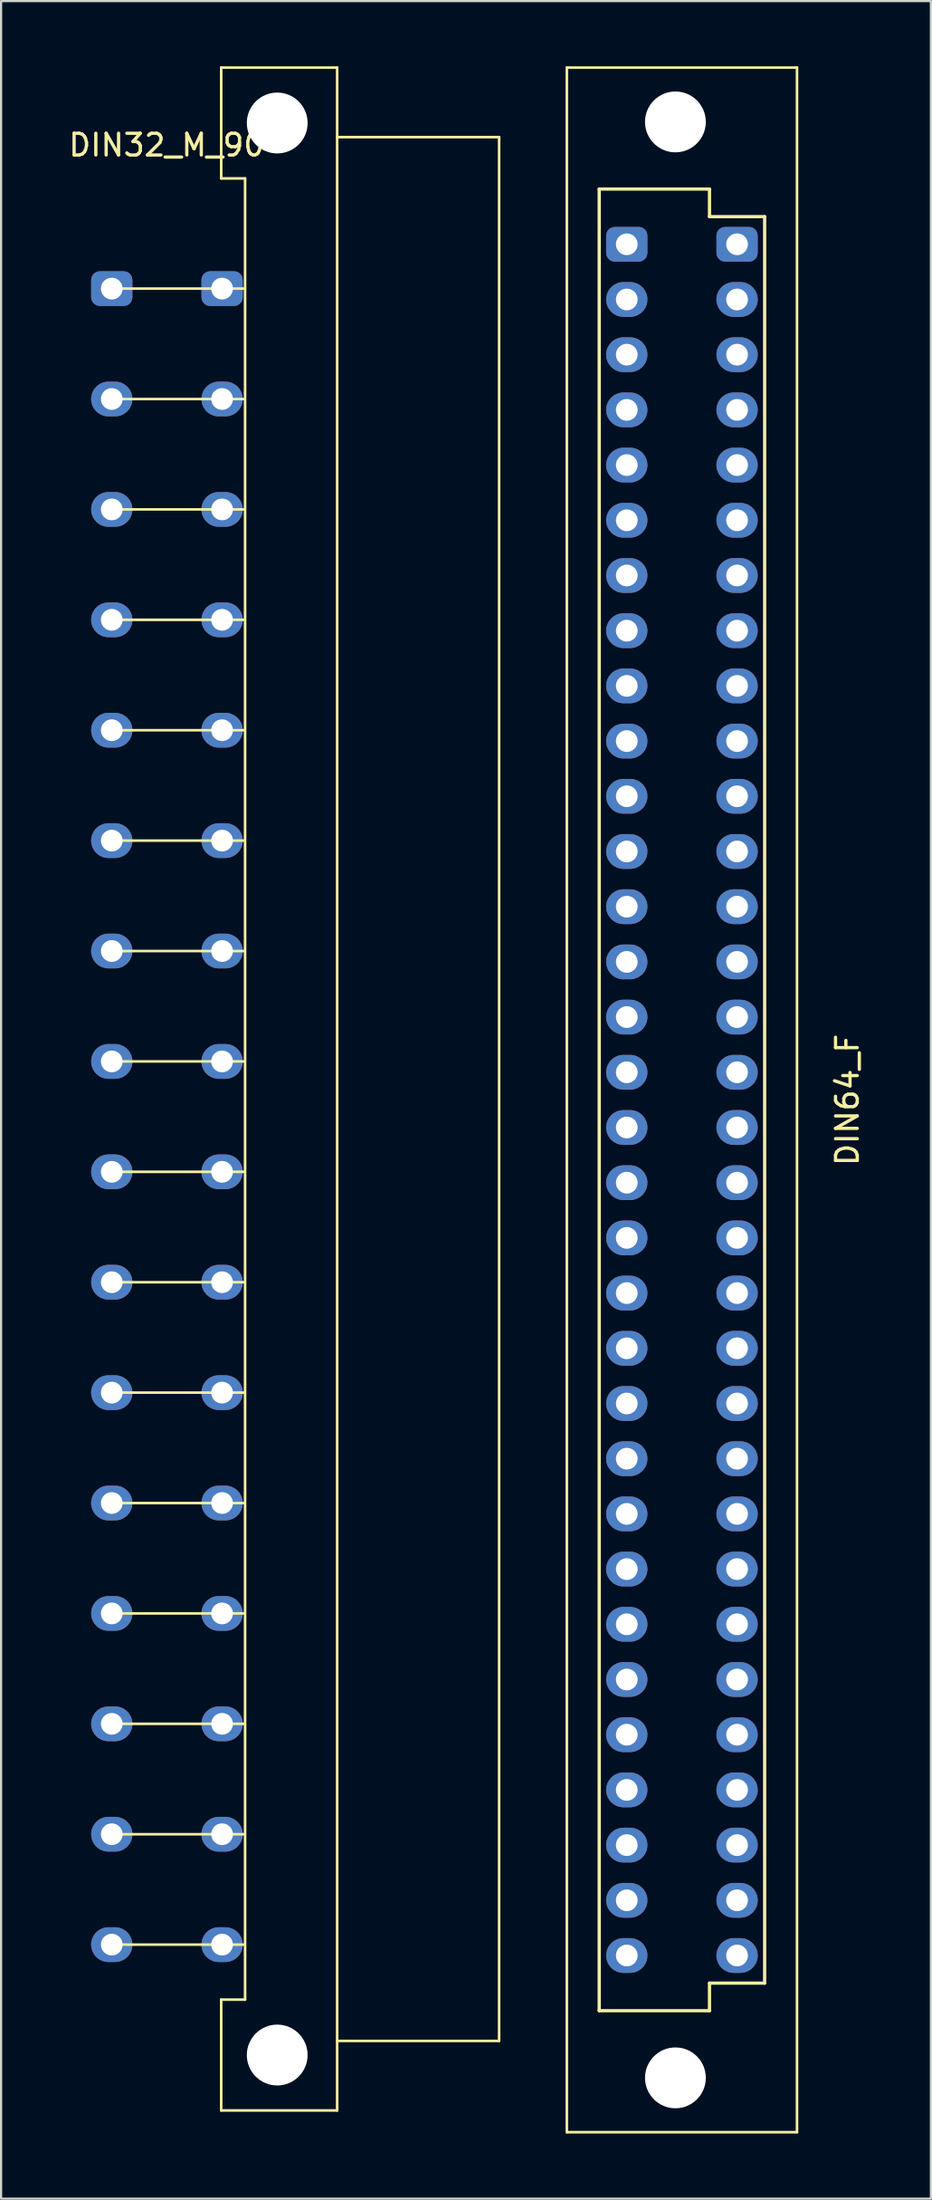
<source format=kicad_pcb>
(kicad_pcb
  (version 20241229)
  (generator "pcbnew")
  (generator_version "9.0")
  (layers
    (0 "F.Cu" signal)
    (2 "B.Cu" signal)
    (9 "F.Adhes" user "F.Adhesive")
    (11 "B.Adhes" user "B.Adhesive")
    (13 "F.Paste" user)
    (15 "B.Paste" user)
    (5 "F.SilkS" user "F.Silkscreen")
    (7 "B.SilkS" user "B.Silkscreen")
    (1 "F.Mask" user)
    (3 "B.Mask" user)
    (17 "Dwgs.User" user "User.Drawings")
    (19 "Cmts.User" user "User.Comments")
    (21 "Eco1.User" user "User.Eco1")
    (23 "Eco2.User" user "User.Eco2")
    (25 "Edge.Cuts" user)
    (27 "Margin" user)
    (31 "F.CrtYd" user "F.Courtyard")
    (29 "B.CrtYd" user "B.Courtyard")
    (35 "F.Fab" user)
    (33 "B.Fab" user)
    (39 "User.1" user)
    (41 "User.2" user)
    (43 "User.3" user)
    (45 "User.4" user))
  (footprint "DIN64_F"
    (layer "F.Cu")
    (at 28.358 47.56)
    (property "Reference" "DIN64_F" (at 7.62 0 90) (layer "F.SilkS") (effects (font (size 1 1) (thickness 0.15))))
    (attr through_hole)
    (fp_line (start -5.3 -47.5) (end -5.3 47.5) (stroke (width 0.12) (type solid)) (layer "F.SilkS"))
    (fp_line (start -5.3 -47.5) (end 5.3 -47.5) (stroke (width 0.12) (type solid)) (layer "F.SilkS"))
    (fp_line (start -5.3 47.5) (end 5.3 47.5) (stroke (width 0.12) (type solid)) (layer "F.SilkS"))
    (fp_line (start -3.81 -41.91) (end 1.27 -41.91) (stroke (width 0.15) (type solid)) (layer "F.SilkS"))
    (fp_line (start -3.81 41.91) (end -3.81 -41.91) (stroke (width 0.15) (type solid)) (layer "F.SilkS"))
    (fp_line (start 1.27 -41.91) (end 1.27 -40.64) (stroke (width 0.15) (type solid)) (layer "F.SilkS"))
    (fp_line (start 1.27 -40.64) (end 3.81 -40.64) (stroke (width 0.15) (type solid)) (layer "F.SilkS"))
    (fp_line (start 1.27 40.64) (end 1.27 41.91) (stroke (width 0.15) (type solid)) (layer "F.SilkS"))
    (fp_line (start 1.27 41.91) (end -3.81 41.91) (stroke (width 0.15) (type solid)) (layer "F.SilkS"))
    (fp_line (start 3.81 -40.64) (end 3.81 40.64) (stroke (width 0.15) (type solid)) (layer "F.SilkS"))
    (fp_line (start 3.81 40.64) (end 1.27 40.64) (stroke (width 0.15) (type solid)) (layer "F.SilkS"))
    (fp_line (start 5.3 -47.5) (end 5.3 47.5) (stroke (width 0.12) (type solid)) (layer "F.SilkS"))
    (pad "" np_thru_hole circle (at -0.3 -45) (size 2.8 2.8) (drill 2.8) (layers "*.Cu" "*.Mask"))
    (pad "" np_thru_hole circle (at -0.3 45) (size 2.8 2.8) (drill 2.8) (layers "*.Cu" "*.Mask"))
    (pad "1A" thru_hole roundrect (at -2.54 -39.37) (size 1.9 1.6) (drill 1) (layers "*.Cu" "*.Mask") (roundrect_rratio 0.25))
    (pad "1C" thru_hole roundrect (at 2.54 -39.37) (size 1.9 1.6) (drill 1) (layers "*.Cu" "*.Mask") (roundrect_rratio 0.25))
    (pad "2A" thru_hole oval (at -2.54 -36.83) (size 1.9 1.6) (drill 1) (layers "*.Cu" "*.Mask"))
    (pad "2C" thru_hole oval (at 2.54 -36.83) (size 1.9 1.6) (drill 1) (layers "*.Cu" "*.Mask"))
    (pad "3A" thru_hole oval (at -2.54 -34.29) (size 1.9 1.6) (drill 1) (layers "*.Cu" "*.Mask"))
    (pad "3C" thru_hole oval (at 2.54 -34.29) (size 1.9 1.6) (drill 1) (layers "*.Cu" "*.Mask"))
    (pad "4A" thru_hole oval (at -2.54 -31.75) (size 1.9 1.6) (drill 1) (layers "*.Cu" "*.Mask"))
    (pad "4C" thru_hole oval (at 2.54 -31.75) (size 1.9 1.6) (drill 1) (layers "*.Cu" "*.Mask"))
    (pad "5A" thru_hole oval (at -2.54 -29.21) (size 1.9 1.6) (drill 1) (layers "*.Cu" "*.Mask"))
    (pad "5C" thru_hole oval (at 2.54 -29.21) (size 1.9 1.6) (drill 1) (layers "*.Cu" "*.Mask"))
    (pad "6A" thru_hole oval (at -2.54 -26.67) (size 1.9 1.6) (drill 1) (layers "*.Cu" "*.Mask"))
    (pad "6C" thru_hole oval (at 2.54 -26.67) (size 1.9 1.6) (drill 1) (layers "*.Cu" "*.Mask"))
    (pad "7A" thru_hole oval (at -2.54 -24.13) (size 1.9 1.6) (drill 1) (layers "*.Cu" "*.Mask"))
    (pad "7C" thru_hole oval (at 2.54 -24.13) (size 1.9 1.6) (drill 1) (layers "*.Cu" "*.Mask"))
    (pad "8A" thru_hole oval (at -2.54 -21.59) (size 1.9 1.6) (drill 1) (layers "*.Cu" "*.Mask"))
    (pad "8C" thru_hole oval (at 2.54 -21.59) (size 1.9 1.6) (drill 1) (layers "*.Cu" "*.Mask"))
    (pad "9A" thru_hole oval (at -2.54 -19.05) (size 1.9 1.6) (drill 1) (layers "*.Cu" "*.Mask"))
    (pad "9C" thru_hole oval (at 2.54 -19.05) (size 1.9 1.6) (drill 1) (layers "*.Cu" "*.Mask"))
    (pad "10A" thru_hole oval (at -2.54 -16.51) (size 1.9 1.6) (drill 1) (layers "*.Cu" "*.Mask"))
    (pad "10C" thru_hole oval (at 2.54 -16.51) (size 1.9 1.6) (drill 1) (layers "*.Cu" "*.Mask"))
    (pad "11A" thru_hole oval (at -2.54 -13.97) (size 1.9 1.6) (drill 1) (layers "*.Cu" "*.Mask"))
    (pad "11C" thru_hole oval (at 2.54 -13.97) (size 1.9 1.6) (drill 1) (layers "*.Cu" "*.Mask"))
    (pad "12A" thru_hole oval (at -2.54 -11.43) (size 1.9 1.6) (drill 1) (layers "*.Cu" "*.Mask"))
    (pad "12C" thru_hole oval (at 2.54 -11.43) (size 1.9 1.6) (drill 1) (layers "*.Cu" "*.Mask"))
    (pad "13A" thru_hole oval (at -2.54 -8.89) (size 1.9 1.6) (drill 1) (layers "*.Cu" "*.Mask"))
    (pad "13C" thru_hole oval (at 2.54 -8.89) (size 1.9 1.6) (drill 1) (layers "*.Cu" "*.Mask"))
    (pad "14A" thru_hole oval (at -2.54 -6.35) (size 1.9 1.6) (drill 1) (layers "*.Cu" "*.Mask"))
    (pad "14C" thru_hole oval (at 2.54 -6.35) (size 1.9 1.6) (drill 1) (layers "*.Cu" "*.Mask"))
    (pad "15A" thru_hole oval (at -2.54 -3.81) (size 1.9 1.6) (drill 1) (layers "*.Cu" "*.Mask"))
    (pad "15C" thru_hole oval (at 2.54 -3.81) (size 1.9 1.6) (drill 1) (layers "*.Cu" "*.Mask"))
    (pad "16A" thru_hole oval (at -2.54 -1.27) (size 1.9 1.6) (drill 1) (layers "*.Cu" "*.Mask"))
    (pad "16C" thru_hole oval (at 2.54 -1.27) (size 1.9 1.6) (drill 1) (layers "*.Cu" "*.Mask"))
    (pad "17A" thru_hole oval (at -2.54 1.27) (size 1.9 1.6) (drill 1) (layers "*.Cu" "*.Mask"))
    (pad "17C" thru_hole oval (at 2.54 1.27) (size 1.9 1.6) (drill 1) (layers "*.Cu" "*.Mask"))
    (pad "18A" thru_hole oval (at -2.54 3.81) (size 1.9 1.6) (drill 1) (layers "*.Cu" "*.Mask"))
    (pad "18C" thru_hole oval (at 2.54 3.81) (size 1.9 1.6) (drill 1) (layers "*.Cu" "*.Mask"))
    (pad "19A" thru_hole oval (at -2.54 6.35) (size 1.9 1.6) (drill 1) (layers "*.Cu" "*.Mask"))
    (pad "19C" thru_hole oval (at 2.54 6.35) (size 1.9 1.6) (drill 1) (layers "*.Cu" "*.Mask"))
    (pad "20A" thru_hole oval (at -2.54 8.89) (size 1.9 1.6) (drill 1) (layers "*.Cu" "*.Mask"))
    (pad "20C" thru_hole oval (at 2.54 8.89) (size 1.9 1.6) (drill 1) (layers "*.Cu" "*.Mask"))
    (pad "21A" thru_hole oval (at -2.54 11.43) (size 1.9 1.6) (drill 1) (layers "*.Cu" "*.Mask"))
    (pad "21C" thru_hole oval (at 2.54 11.43) (size 1.9 1.6) (drill 1) (layers "*.Cu" "*.Mask"))
    (pad "22A" thru_hole oval (at -2.54 13.97) (size 1.9 1.6) (drill 1) (layers "*.Cu" "*.Mask"))
    (pad "22C" thru_hole oval (at 2.54 13.97) (size 1.9 1.6) (drill 1) (layers "*.Cu" "*.Mask"))
    (pad "23A" thru_hole oval (at -2.54 16.51) (size 1.9 1.6) (drill 1) (layers "*.Cu" "*.Mask"))
    (pad "23C" thru_hole oval (at 2.54 16.51) (size 1.9 1.6) (drill 1) (layers "*.Cu" "*.Mask"))
    (pad "24A" thru_hole oval (at -2.54 19.05) (size 1.9 1.6) (drill 1) (layers "*.Cu" "*.Mask"))
    (pad "24C" thru_hole oval (at 2.54 19.05) (size 1.9 1.6) (drill 1) (layers "*.Cu" "*.Mask"))
    (pad "25A" thru_hole oval (at -2.54 21.59) (size 1.9 1.6) (drill 1) (layers "*.Cu" "*.Mask"))
    (pad "25C" thru_hole oval (at 2.54 21.59) (size 1.9 1.6) (drill 1) (layers "*.Cu" "*.Mask"))
    (pad "26A" thru_hole oval (at -2.54 24.13) (size 1.9 1.6) (drill 1) (layers "*.Cu" "*.Mask"))
    (pad "26C" thru_hole oval (at 2.54 24.13) (size 1.9 1.6) (drill 1) (layers "*.Cu" "*.Mask"))
    (pad "27A" thru_hole oval (at -2.54 26.67) (size 1.9 1.6) (drill 1) (layers "*.Cu" "*.Mask"))
    (pad "27C" thru_hole oval (at 2.54 26.67) (size 1.9 1.6) (drill 1) (layers "*.Cu" "*.Mask"))
    (pad "28A" thru_hole oval (at -2.54 29.21) (size 1.9 1.6) (drill 1) (layers "*.Cu" "*.Mask"))
    (pad "28C" thru_hole oval (at 2.54 29.21) (size 1.9 1.6) (drill 1) (layers "*.Cu" "*.Mask"))
    (pad "29A" thru_hole oval (at -2.54 31.75) (size 1.9 1.6) (drill 1) (layers "*.Cu" "*.Mask"))
    (pad "29C" thru_hole oval (at 2.54 31.75) (size 1.9 1.6) (drill 1) (layers "*.Cu" "*.Mask"))
    (pad "30A" thru_hole oval (at -2.54 34.29) (size 1.9 1.6) (drill 1) (layers "*.Cu" "*.Mask"))
    (pad "30C" thru_hole oval (at 2.54 34.29) (size 1.9 1.6) (drill 1) (layers "*.Cu" "*.Mask"))
    (pad "31A" thru_hole oval (at -2.54 36.83) (size 1.9 1.6) (drill 1) (layers "*.Cu" "*.Mask"))
    (pad "31C" thru_hole oval (at 2.54 36.83) (size 1.9 1.6) (drill 1) (layers "*.Cu" "*.Mask"))
    (pad "32A" thru_hole oval (at -2.54 39.37) (size 1.9 1.6) (drill 1) (layers "*.Cu" "*.Mask"))
    (pad "32C" thru_hole oval (at 2.54 39.37) (size 1.9 1.6) (drill 1) (layers "*.Cu" "*.Mask")))
  (footprint "DIN32_M_90"
    (layer "F.Cu")
    (at 4.638 47.06)
    (property "Reference" "DIN32_M_90" (at -0.013 -43.434 0) (layer "F.SilkS") (effects (font (size 1 1) (thickness 0.15))))
    (attr through_hole)
    (fp_line (start -2.54 -36.83) (end 3.556 -36.83) (stroke (width 0.12) (type solid)) (layer "F.SilkS"))
    (fp_line (start -2.54 -31.75) (end 3.556 -31.75) (stroke (width 0.12) (type solid)) (layer "F.SilkS"))
    (fp_line (start -2.54 -26.67) (end 3.556 -26.67) (stroke (width 0.12) (type solid)) (layer "F.SilkS"))
    (fp_line (start -2.54 -21.59) (end 3.556 -21.59) (stroke (width 0.12) (type solid)) (layer "F.SilkS"))
    (fp_line (start -2.54 -16.51) (end 3.556 -16.51) (stroke (width 0.12) (type solid)) (layer "F.SilkS"))
    (fp_line (start -2.54 -11.43) (end 3.556 -11.43) (stroke (width 0.12) (type solid)) (layer "F.SilkS"))
    (fp_line (start -2.54 -6.35) (end 3.556 -6.35) (stroke (width 0.12) (type solid)) (layer "F.SilkS"))
    (fp_line (start -2.54 -1.27) (end 3.556 -1.27) (stroke (width 0.12) (type solid)) (layer "F.SilkS"))
    (fp_line (start -2.54 3.81) (end 3.556 3.81) (stroke (width 0.12) (type solid)) (layer "F.SilkS"))
    (fp_line (start -2.54 8.89) (end 3.556 8.89) (stroke (width 0.12) (type solid)) (layer "F.SilkS"))
    (fp_line (start -2.54 13.97) (end 3.556 13.97) (stroke (width 0.12) (type solid)) (layer "F.SilkS"))
    (fp_line (start -2.54 19.05) (end 3.556 19.05) (stroke (width 0.12) (type solid)) (layer "F.SilkS"))
    (fp_line (start -2.54 24.13) (end 3.556 24.13) (stroke (width 0.12) (type solid)) (layer "F.SilkS"))
    (fp_line (start -2.54 29.21) (end 3.556 29.21) (stroke (width 0.12) (type solid)) (layer "F.SilkS"))
    (fp_line (start -2.54 34.29) (end 3.556 34.29) (stroke (width 0.12) (type solid)) (layer "F.SilkS"))
    (fp_line (start -2.54 39.37) (end 3.556 39.37) (stroke (width 0.12) (type solid)) (layer "F.SilkS"))
    (fp_line (start 2.5 -41.9) (end 2.5 -47) (stroke (width 0.12) (type solid)) (layer "F.SilkS"))
    (fp_line (start 2.5 47) (end 2.5 41.9) (stroke (width 0.12) (type solid)) (layer "F.SilkS"))
    (fp_line (start 3.6 -41.9) (end 2.5 -41.9) (stroke (width 0.12) (type solid)) (layer "F.SilkS"))
    (fp_line (start 3.6 -41.9) (end 3.6 41.9) (stroke (width 0.12) (type solid)) (layer "F.SilkS"))
    (fp_line (start 3.6 41.9) (end 2.5 41.9) (stroke (width 0.12) (type solid)) (layer "F.SilkS"))
    (fp_line (start 7.84 -47) (end 2.5 -47) (stroke (width 0.12) (type solid)) (layer "F.SilkS"))
    (fp_line (start 7.84 -47) (end 7.84 47) (stroke (width 0.12) (type solid)) (layer "F.SilkS"))
    (fp_line (start 7.84 -43.8) (end 15.3 -43.8) (stroke (width 0.12) (type solid)) (layer "F.SilkS"))
    (fp_line (start 7.84 47) (end 2.5 47) (stroke (width 0.12) (type solid)) (layer "F.SilkS"))
    (fp_line (start 15.3 -43.8) (end 15.3 43.8) (stroke (width 0.12) (type solid)) (layer "F.SilkS"))
    (fp_line (start 15.3 43.8) (end 7.84 43.8) (stroke (width 0.12) (type solid)) (layer "F.SilkS"))
    (pad "" np_thru_hole circle (at 5.08 -44.45) (size 2.8 2.8) (drill 2.8) (layers "*.Cu" "*.Mask"))
    (pad "" np_thru_hole circle (at 5.08 44.45) (size 2.8 2.8) (drill 2.8) (layers "*.Cu" "*.Mask"))
    (pad "2A" thru_hole roundrect (at 2.54 -36.83) (size 1.9 1.6) (drill 1) (layers "*.Cu" "*.Mask") (roundrect_rratio 0.25))
    (pad "2C" thru_hole roundrect (at -2.54 -36.83) (size 1.9 1.6) (drill 1) (layers "*.Cu" "*.Mask") (roundrect_rratio 0.25))
    (pad "4A" thru_hole oval (at 2.54 -31.75) (size 1.9 1.6) (drill 1) (layers "*.Cu" "*.Mask"))
    (pad "4C" thru_hole oval (at -2.54 -31.75) (size 1.9 1.6) (drill 1) (layers "*.Cu" "*.Mask"))
    (pad "6A" thru_hole oval (at 2.54 -26.67) (size 1.9 1.6) (drill 1) (layers "*.Cu" "*.Mask"))
    (pad "6C" thru_hole oval (at -2.54 -26.67) (size 1.9 1.6) (drill 1) (layers "*.Cu" "*.Mask"))
    (pad "8A" thru_hole oval (at 2.54 -21.59) (size 1.9 1.6) (drill 1) (layers "*.Cu" "*.Mask"))
    (pad "8C" thru_hole oval (at -2.54 -21.59) (size 1.9 1.6) (drill 1) (layers "*.Cu" "*.Mask"))
    (pad "10A" thru_hole oval (at 2.54 -16.51) (size 1.9 1.6) (drill 1) (layers "*.Cu" "*.Mask"))
    (pad "10C" thru_hole oval (at -2.54 -16.51) (size 1.9 1.6) (drill 1) (layers "*.Cu" "*.Mask"))
    (pad "12A" thru_hole oval (at 2.54 -11.43) (size 1.9 1.6) (drill 1) (layers "*.Cu" "*.Mask"))
    (pad "12C" thru_hole oval (at -2.54 -11.43) (size 1.9 1.6) (drill 1) (layers "*.Cu" "*.Mask"))
    (pad "14A" thru_hole oval (at 2.54 -6.35) (size 1.9 1.6) (drill 1) (layers "*.Cu" "*.Mask"))
    (pad "14C" thru_hole oval (at -2.54 -6.35) (size 1.9 1.6) (drill 1) (layers "*.Cu" "*.Mask"))
    (pad "16A" thru_hole oval (at 2.54 -1.27) (size 1.9 1.6) (drill 1) (layers "*.Cu" "*.Mask"))
    (pad "16C" thru_hole oval (at -2.54 -1.27) (size 1.9 1.6) (drill 1) (layers "*.Cu" "*.Mask"))
    (pad "18A" thru_hole oval (at 2.54 3.81) (size 1.9 1.6) (drill 1) (layers "*.Cu" "*.Mask"))
    (pad "18C" thru_hole oval (at -2.54 3.81) (size 1.9 1.6) (drill 1) (layers "*.Cu" "*.Mask"))
    (pad "20A" thru_hole oval (at 2.54 8.89) (size 1.9 1.6) (drill 1) (layers "*.Cu" "*.Mask"))
    (pad "20C" thru_hole oval (at -2.54 8.89) (size 1.9 1.6) (drill 1) (layers "*.Cu" "*.Mask"))
    (pad "22A" thru_hole oval (at 2.54 13.97) (size 1.9 1.6) (drill 1) (layers "*.Cu" "*.Mask"))
    (pad "22C" thru_hole oval (at -2.54 13.97) (size 1.9 1.6) (drill 1) (layers "*.Cu" "*.Mask"))
    (pad "24A" thru_hole oval (at 2.54 19.05) (size 1.9 1.6) (drill 1) (layers "*.Cu" "*.Mask"))
    (pad "24C" thru_hole oval (at -2.54 19.05) (size 1.9 1.6) (drill 1) (layers "*.Cu" "*.Mask"))
    (pad "26A" thru_hole oval (at 2.54 24.13) (size 1.9 1.6) (drill 1) (layers "*.Cu" "*.Mask"))
    (pad "26C" thru_hole oval (at -2.54 24.13) (size 1.9 1.6) (drill 1) (layers "*.Cu" "*.Mask"))
    (pad "28A" thru_hole oval (at 2.54 29.21) (size 1.9 1.6) (drill 1) (layers "*.Cu" "*.Mask"))
    (pad "28C" thru_hole oval (at -2.54 29.21) (size 1.9 1.6) (drill 1) (layers "*.Cu" "*.Mask"))
    (pad "30A" thru_hole oval (at 2.54 34.29) (size 1.9 1.6) (drill 1) (layers "*.Cu" "*.Mask"))
    (pad "30C" thru_hole oval (at -2.54 34.29) (size 1.9 1.6) (drill 1) (layers "*.Cu" "*.Mask"))
    (pad "32A" thru_hole oval (at 2.54 39.37) (size 1.9 1.6) (drill 1) (layers "*.Cu" "*.Mask"))
    (pad "32C" thru_hole oval (at -2.54 39.37) (size 1.9 1.6) (drill 1) (layers "*.Cu" "*.Mask")))
  (gr_rect
    (start -3 -3)
    (end 39.826 98.12)
    (stroke (width 0.1) (type default))
    (fill no)
    (layer "Edge.Cuts")))
</source>
